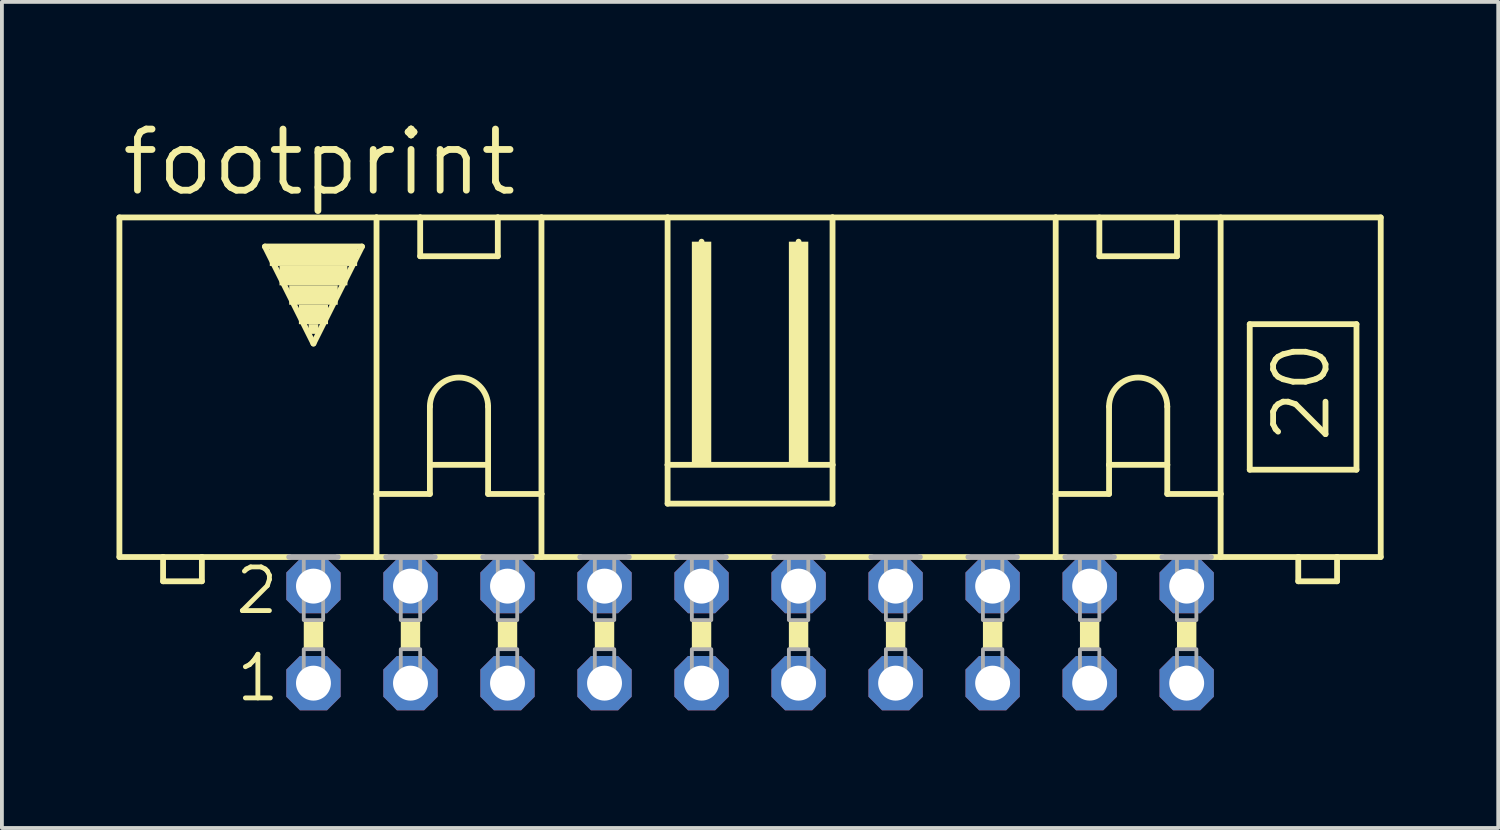
<source format=kicad_pcb>
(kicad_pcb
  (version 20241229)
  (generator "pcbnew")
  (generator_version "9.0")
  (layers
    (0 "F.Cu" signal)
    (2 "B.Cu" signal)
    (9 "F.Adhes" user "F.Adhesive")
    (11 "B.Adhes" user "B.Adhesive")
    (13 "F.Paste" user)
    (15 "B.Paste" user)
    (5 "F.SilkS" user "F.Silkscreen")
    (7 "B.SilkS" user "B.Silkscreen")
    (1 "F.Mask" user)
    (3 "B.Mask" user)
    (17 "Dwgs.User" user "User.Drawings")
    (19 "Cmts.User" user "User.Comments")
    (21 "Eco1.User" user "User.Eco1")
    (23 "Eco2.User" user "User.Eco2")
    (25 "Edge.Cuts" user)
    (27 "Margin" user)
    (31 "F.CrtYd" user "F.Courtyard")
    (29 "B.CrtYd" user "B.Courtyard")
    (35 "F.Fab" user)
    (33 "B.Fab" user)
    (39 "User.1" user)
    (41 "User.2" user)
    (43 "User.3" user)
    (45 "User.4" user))
  (footprint "footprint"
    (layer "F.Cu")
    (at 16.586 13.564)
    (property "Reference" "footprint" (at -16.535 -11.43 0) (layer "F.SilkS") (effects (font (size 1.6 1.6) (thickness 0.178)) (justify left bottom)))
    (fp_line (start -16.51 -2.032) (end -16.51 -10.922) (stroke (width 0.152) (type solid)) (layer "F.SilkS"))
    (fp_line (start -16.51 -2.032) (end -15.367 -2.032) (stroke (width 0.152) (type solid)) (layer "F.SilkS"))
    (fp_line (start -15.367 -2.032) (end -15.367 -1.397) (stroke (width 0.152) (type solid)) (layer "F.SilkS"))
    (fp_line (start -15.367 -2.032) (end -14.351 -2.032) (stroke (width 0.152) (type solid)) (layer "F.SilkS"))
    (fp_line (start -14.351 -2.032) (end -12.065 -2.032) (stroke (width 0.152) (type solid)) (layer "F.SilkS"))
    (fp_line (start -14.351 -1.397) (end -15.367 -1.397) (stroke (width 0.152) (type solid)) (layer "F.SilkS"))
    (fp_line (start -14.351 -1.397) (end -14.351 -2.032) (stroke (width 0.152) (type solid)) (layer "F.SilkS"))
    (fp_line (start -12.7 -10.16) (end -10.16 -10.16) (stroke (width 0.152) (type solid)) (layer "F.SilkS"))
    (fp_line (start -11.43 -7.62) (end -12.7 -10.16) (stroke (width 0.152) (type solid)) (layer "F.SilkS"))
    (fp_line (start -10.795 -2.032) (end -9.779 -2.032) (stroke (width 0.152) (type solid)) (layer "F.SilkS"))
    (fp_line (start -10.16 -10.16) (end -11.43 -7.62) (stroke (width 0.152) (type solid)) (layer "F.SilkS"))
    (fp_line (start -9.779 -10.922) (end -16.51 -10.922) (stroke (width 0.152) (type solid)) (layer "F.SilkS"))
    (fp_line (start -9.779 -10.922) (end -8.636 -10.922) (stroke (width 0.152) (type solid)) (layer "F.SilkS"))
    (fp_line (start -9.779 -3.683) (end -9.779 -10.922) (stroke (width 0.152) (type solid)) (layer "F.SilkS"))
    (fp_line (start -9.779 -3.683) (end -9.779 -2.032) (stroke (width 0.152) (type solid)) (layer "F.SilkS"))
    (fp_line (start -9.779 -3.683) (end -8.382 -3.683) (stroke (width 0.152) (type solid)) (layer "F.SilkS"))
    (fp_line (start -9.779 -2.032) (end -9.525 -2.032) (stroke (width 0.152) (type solid)) (layer "F.SilkS"))
    (fp_line (start -8.636 -10.922) (end -6.604 -10.922) (stroke (width 0.152) (type solid)) (layer "F.SilkS"))
    (fp_line (start -8.636 -9.906) (end -8.636 -10.922) (stroke (width 0.152) (type solid)) (layer "F.SilkS"))
    (fp_line (start -8.636 -9.906) (end -6.604 -9.906) (stroke (width 0.152) (type solid)) (layer "F.SilkS"))
    (fp_line (start -8.382 -5.969) (end -8.382 -4.445) (stroke (width 0.152) (type solid)) (layer "F.SilkS"))
    (fp_line (start -8.382 -4.445) (end -8.382 -3.683) (stroke (width 0.152) (type solid)) (layer "F.SilkS"))
    (fp_line (start -8.382 -4.445) (end -6.858 -4.445) (stroke (width 0.152) (type solid)) (layer "F.SilkS"))
    (fp_line (start -8.255 -2.032) (end -6.985 -2.032) (stroke (width 0.152) (type solid)) (layer "F.SilkS"))
    (fp_line (start -6.858 -5.969) (end -6.858 -4.445) (stroke (width 0.152) (type solid)) (layer "F.SilkS"))
    (fp_line (start -6.858 -4.445) (end -6.858 -3.683) (stroke (width 0.152) (type solid)) (layer "F.SilkS"))
    (fp_line (start -6.858 -3.683) (end -5.461 -3.683) (stroke (width 0.152) (type solid)) (layer "F.SilkS"))
    (fp_line (start -6.604 -10.922) (end -6.604 -9.906) (stroke (width 0.152) (type solid)) (layer "F.SilkS"))
    (fp_line (start -6.604 -10.922) (end -5.461 -10.922) (stroke (width 0.152) (type solid)) (layer "F.SilkS"))
    (fp_line (start -5.461 -10.922) (end -2.159 -10.922) (stroke (width 0.152) (type solid)) (layer "F.SilkS"))
    (fp_line (start -5.461 -3.683) (end -5.461 -10.922) (stroke (width 0.152) (type solid)) (layer "F.SilkS"))
    (fp_line (start -5.461 -3.683) (end -5.461 -2.032) (stroke (width 0.152) (type solid)) (layer "F.SilkS"))
    (fp_line (start -5.461 -2.032) (end -5.715 -2.032) (stroke (width 0.152) (type solid)) (layer "F.SilkS"))
    (fp_line (start -5.461 -2.032) (end -4.445 -2.032) (stroke (width 0.152) (type solid)) (layer "F.SilkS"))
    (fp_line (start -3.175 -2.032) (end -1.905 -2.032) (stroke (width 0.152) (type solid)) (layer "F.SilkS"))
    (fp_line (start -2.159 -10.922) (end -2.159 -4.445) (stroke (width 0.152) (type solid)) (layer "F.SilkS"))
    (fp_line (start -2.159 -10.922) (end 2.159 -10.922) (stroke (width 0.152) (type solid)) (layer "F.SilkS"))
    (fp_line (start -2.159 -4.445) (end -2.159 -3.429) (stroke (width 0.152) (type solid)) (layer "F.SilkS"))
    (fp_line (start -1.27 -10.033) (end -1.27 -10.287) (stroke (width 0.152) (type solid)) (layer "F.SilkS"))
    (fp_line (start -0.635 -2.032) (end 0.635 -2.032) (stroke (width 0.152) (type solid)) (layer "F.SilkS"))
    (fp_line (start 1.27 -10.033) (end 1.27 -10.287) (stroke (width 0.152) (type solid)) (layer "F.SilkS"))
    (fp_line (start 1.905 -2.032) (end 3.175 -2.032) (stroke (width 0.152) (type solid)) (layer "F.SilkS"))
    (fp_line (start 2.159 -10.922) (end 2.159 -4.445) (stroke (width 0.152) (type solid)) (layer "F.SilkS"))
    (fp_line (start 2.159 -10.922) (end 8.001 -10.922) (stroke (width 0.152) (type solid)) (layer "F.SilkS"))
    (fp_line (start 2.159 -4.445) (end -2.159 -4.445) (stroke (width 0.152) (type solid)) (layer "F.SilkS"))
    (fp_line (start 2.159 -4.445) (end 2.159 -3.429) (stroke (width 0.152) (type solid)) (layer "F.SilkS"))
    (fp_line (start 2.159 -3.429) (end -2.159 -3.429) (stroke (width 0.152) (type solid)) (layer "F.SilkS"))
    (fp_line (start 4.445 -2.032) (end 5.715 -2.032) (stroke (width 0.152) (type solid)) (layer "F.SilkS"))
    (fp_line (start 6.985 -2.032) (end 8.001 -2.032) (stroke (width 0.152) (type solid)) (layer "F.SilkS"))
    (fp_line (start 8.001 -10.922) (end 16.51 -10.922) (stroke (width 0.152) (type solid)) (layer "F.SilkS"))
    (fp_line (start 8.001 -3.683) (end 8.001 -10.922) (stroke (width 0.152) (type solid)) (layer "F.SilkS"))
    (fp_line (start 8.001 -3.683) (end 8.001 -2.032) (stroke (width 0.152) (type solid)) (layer "F.SilkS"))
    (fp_line (start 8.001 -3.683) (end 9.398 -3.683) (stroke (width 0.152) (type solid)) (layer "F.SilkS"))
    (fp_line (start 8.001 -2.032) (end 8.255 -2.032) (stroke (width 0.152) (type solid)) (layer "F.SilkS"))
    (fp_line (start 9.144 -9.906) (end 9.144 -10.922) (stroke (width 0.152) (type solid)) (layer "F.SilkS"))
    (fp_line (start 9.144 -9.906) (end 11.176 -9.906) (stroke (width 0.152) (type solid)) (layer "F.SilkS"))
    (fp_line (start 9.398 -5.969) (end 9.398 -4.445) (stroke (width 0.152) (type solid)) (layer "F.SilkS"))
    (fp_line (start 9.398 -4.445) (end 9.398 -3.683) (stroke (width 0.152) (type solid)) (layer "F.SilkS"))
    (fp_line (start 9.398 -4.445) (end 10.922 -4.445) (stroke (width 0.152) (type solid)) (layer "F.SilkS"))
    (fp_line (start 9.525 -2.032) (end 10.795 -2.032) (stroke (width 0.152) (type solid)) (layer "F.SilkS"))
    (fp_line (start 10.922 -5.969) (end 10.922 -4.445) (stroke (width 0.152) (type solid)) (layer "F.SilkS"))
    (fp_line (start 10.922 -4.445) (end 10.922 -3.683) (stroke (width 0.152) (type solid)) (layer "F.SilkS"))
    (fp_line (start 10.922 -3.683) (end 12.319 -3.683) (stroke (width 0.152) (type solid)) (layer "F.SilkS"))
    (fp_line (start 11.176 -10.922) (end 11.176 -9.906) (stroke (width 0.152) (type solid)) (layer "F.SilkS"))
    (fp_line (start 12.319 -3.683) (end 12.319 -10.922) (stroke (width 0.152) (type solid)) (layer "F.SilkS"))
    (fp_line (start 12.319 -3.683) (end 12.319 -2.032) (stroke (width 0.152) (type solid)) (layer "F.SilkS"))
    (fp_line (start 12.319 -2.032) (end 12.065 -2.032) (stroke (width 0.152) (type solid)) (layer "F.SilkS"))
    (fp_line (start 13.081 -8.128) (end 13.081 -4.318) (stroke (width 0.152) (type solid)) (layer "F.SilkS"))
    (fp_line (start 13.081 -8.128) (end 15.875 -8.128) (stroke (width 0.152) (type solid)) (layer "F.SilkS"))
    (fp_line (start 13.081 -4.318) (end 15.875 -4.318) (stroke (width 0.152) (type solid)) (layer "F.SilkS"))
    (fp_line (start 14.351 -2.032) (end 12.319 -2.032) (stroke (width 0.152) (type solid)) (layer "F.SilkS"))
    (fp_line (start 14.351 -2.032) (end 14.351 -1.397) (stroke (width 0.152) (type solid)) (layer "F.SilkS"))
    (fp_line (start 15.367 -2.032) (end 14.351 -2.032) (stroke (width 0.152) (type solid)) (layer "F.SilkS"))
    (fp_line (start 15.367 -1.397) (end 14.351 -1.397) (stroke (width 0.152) (type solid)) (layer "F.SilkS"))
    (fp_line (start 15.367 -1.397) (end 15.367 -2.032) (stroke (width 0.152) (type solid)) (layer "F.SilkS"))
    (fp_line (start 15.875 -4.318) (end 15.875 -8.128) (stroke (width 0.152) (type solid)) (layer "F.SilkS"))
    (fp_line (start 16.51 -2.032) (end 15.367 -2.032) (stroke (width 0.152) (type solid)) (layer "F.SilkS"))
    (fp_line (start 16.51 -2.032) (end 16.51 -10.922) (stroke (width 0.152) (type solid)) (layer "F.SilkS"))
    (fp_arc (start -8.382 -5.969) (mid -7.62 -6.731) (end -6.858 -5.969) (stroke (width 0.1524) (type solid)) (layer "F.SilkS"))
    (fp_arc (start 9.398 -5.969) (mid 10.16 -6.731) (end 10.922 -5.969) (stroke (width 0.1524) (type solid)) (layer "F.SilkS"))
    (fp_poly (pts (xy -12.573 -9.652) (xy -10.287 -9.652) (xy -10.287 -10.16) (xy -12.573 -10.16)) (stroke (width 0) (type solid)) (fill yes) (layer "F.SilkS"))
    (fp_poly (pts (xy -12.319 -9.144) (xy -10.541 -9.144) (xy -10.541 -9.652) (xy -12.319 -9.652)) (stroke (width 0) (type solid)) (fill yes) (layer "F.SilkS"))
    (fp_poly (pts (xy -12.065 -8.636) (xy -10.795 -8.636) (xy -10.795 -9.144) (xy -12.065 -9.144)) (stroke (width 0) (type solid)) (fill yes) (layer "F.SilkS"))
    (fp_poly (pts (xy -11.811 -8.128) (xy -11.049 -8.128) (xy -11.049 -8.636) (xy -11.811 -8.636)) (stroke (width 0) (type solid)) (fill yes) (layer "F.SilkS"))
    (fp_poly (pts (xy -11.684 0.381) (xy -11.176 0.381) (xy -11.176 -0.381) (xy -11.684 -0.381)) (stroke (width 0) (type solid)) (fill yes) (layer "F.SilkS"))
    (fp_poly (pts (xy -11.557 -7.874) (xy -11.303 -7.874) (xy -11.303 -8.128) (xy -11.557 -8.128)) (stroke (width 0) (type solid)) (fill yes) (layer "F.SilkS"))
    (fp_poly (pts (xy -9.144 0.381) (xy -8.636 0.381) (xy -8.636 -0.381) (xy -9.144 -0.381)) (stroke (width 0) (type solid)) (fill yes) (layer "F.SilkS"))
    (fp_poly (pts (xy -6.604 0.381) (xy -6.096 0.381) (xy -6.096 -0.381) (xy -6.604 -0.381)) (stroke (width 0) (type solid)) (fill yes) (layer "F.SilkS"))
    (fp_poly (pts (xy -4.064 0.381) (xy -3.556 0.381) (xy -3.556 -0.381) (xy -4.064 -0.381)) (stroke (width 0) (type solid)) (fill yes) (layer "F.SilkS"))
    (fp_poly (pts (xy -1.524 -4.445) (xy -1.016 -4.445) (xy -1.016 -10.287) (xy -1.524 -10.287)) (stroke (width 0) (type solid)) (fill yes) (layer "F.SilkS"))
    (fp_poly (pts (xy -1.524 0.381) (xy -1.016 0.381) (xy -1.016 -0.381) (xy -1.524 -0.381)) (stroke (width 0) (type solid)) (fill yes) (layer "F.SilkS"))
    (fp_poly (pts (xy 1.016 -4.445) (xy 1.524 -4.445) (xy 1.524 -10.287) (xy 1.016 -10.287)) (stroke (width 0) (type solid)) (fill yes) (layer "F.SilkS"))
    (fp_poly (pts (xy 1.016 0.381) (xy 1.524 0.381) (xy 1.524 -0.381) (xy 1.016 -0.381)) (stroke (width 0) (type solid)) (fill yes) (layer "F.SilkS"))
    (fp_poly (pts (xy 3.556 0.381) (xy 4.064 0.381) (xy 4.064 -0.381) (xy 3.556 -0.381)) (stroke (width 0) (type solid)) (fill yes) (layer "F.SilkS"))
    (fp_poly (pts (xy 6.096 0.381) (xy 6.604 0.381) (xy 6.604 -0.381) (xy 6.096 -0.381)) (stroke (width 0) (type solid)) (fill yes) (layer "F.SilkS"))
    (fp_poly (pts (xy 8.636 0.381) (xy 9.144 0.381) (xy 9.144 -0.381) (xy 8.636 -0.381)) (stroke (width 0) (type solid)) (fill yes) (layer "F.SilkS"))
    (fp_poly (pts (xy 11.176 0.381) (xy 11.684 0.381) (xy 11.684 -0.381) (xy 11.176 -0.381)) (stroke (width 0) (type solid)) (fill yes) (layer "F.SilkS"))
    (fp_line (start -12.065 -2.032) (end -10.795 -2.032) (stroke (width 0.152) (type solid)) (layer "F.Fab"))
    (fp_line (start -9.525 -2.032) (end -8.255 -2.032) (stroke (width 0.152) (type solid)) (layer "F.Fab"))
    (fp_line (start -6.985 -2.032) (end -5.715 -2.032) (stroke (width 0.152) (type solid)) (layer "F.Fab"))
    (fp_line (start -4.445 -2.032) (end -3.175 -2.032) (stroke (width 0.152) (type solid)) (layer "F.Fab"))
    (fp_line (start -0.635 -2.032) (end -1.905 -2.032) (stroke (width 0.152) (type solid)) (layer "F.Fab"))
    (fp_line (start 1.905 -2.032) (end 0.635 -2.032) (stroke (width 0.152) (type solid)) (layer "F.Fab"))
    (fp_line (start 4.445 -2.032) (end 3.175 -2.032) (stroke (width 0.152) (type solid)) (layer "F.Fab"))
    (fp_line (start 6.985 -2.032) (end 5.715 -2.032) (stroke (width 0.152) (type solid)) (layer "F.Fab"))
    (fp_line (start 9.525 -2.032) (end 8.255 -2.032) (stroke (width 0.152) (type solid)) (layer "F.Fab"))
    (fp_line (start 12.065 -2.032) (end 10.795 -2.032) (stroke (width 0.152) (type solid)) (layer "F.Fab"))
    (fp_poly (pts (xy -11.684 -0.381) (xy -11.176 -0.381) (xy -11.176 -2.032) (xy -11.684 -2.032)) (stroke (width 0.1) (type solid)) (fill no) (layer "F.Fab"))
    (fp_poly (pts (xy -11.684 1.524) (xy -11.176 1.524) (xy -11.176 0.381) (xy -11.684 0.381)) (stroke (width 0.1) (type solid)) (fill no) (layer "F.Fab"))
    (fp_poly (pts (xy -9.144 -0.381) (xy -8.636 -0.381) (xy -8.636 -2.032) (xy -9.144 -2.032)) (stroke (width 0.1) (type solid)) (fill no) (layer "F.Fab"))
    (fp_poly (pts (xy -9.144 1.524) (xy -8.636 1.524) (xy -8.636 0.381) (xy -9.144 0.381)) (stroke (width 0.1) (type solid)) (fill no) (layer "F.Fab"))
    (fp_poly (pts (xy -6.604 -0.381) (xy -6.096 -0.381) (xy -6.096 -2.032) (xy -6.604 -2.032)) (stroke (width 0.1) (type solid)) (fill no) (layer "F.Fab"))
    (fp_poly (pts (xy -6.604 1.524) (xy -6.096 1.524) (xy -6.096 0.381) (xy -6.604 0.381)) (stroke (width 0.1) (type solid)) (fill no) (layer "F.Fab"))
    (fp_poly (pts (xy -4.064 -0.381) (xy -3.556 -0.381) (xy -3.556 -2.032) (xy -4.064 -2.032)) (stroke (width 0.1) (type solid)) (fill no) (layer "F.Fab"))
    (fp_poly (pts (xy -4.064 1.524) (xy -3.556 1.524) (xy -3.556 0.381) (xy -4.064 0.381)) (stroke (width 0.1) (type solid)) (fill no) (layer "F.Fab"))
    (fp_poly (pts (xy -1.524 -0.381) (xy -1.016 -0.381) (xy -1.016 -2.032) (xy -1.524 -2.032)) (stroke (width 0.1) (type solid)) (fill no) (layer "F.Fab"))
    (fp_poly (pts (xy -1.524 1.524) (xy -1.016 1.524) (xy -1.016 0.381) (xy -1.524 0.381)) (stroke (width 0.1) (type solid)) (fill no) (layer "F.Fab"))
    (fp_poly (pts (xy 1.016 -0.381) (xy 1.524 -0.381) (xy 1.524 -2.032) (xy 1.016 -2.032)) (stroke (width 0.1) (type solid)) (fill no) (layer "F.Fab"))
    (fp_poly (pts (xy 1.016 1.524) (xy 1.524 1.524) (xy 1.524 0.381) (xy 1.016 0.381)) (stroke (width 0.1) (type solid)) (fill no) (layer "F.Fab"))
    (fp_poly (pts (xy 3.556 -0.381) (xy 4.064 -0.381) (xy 4.064 -2.032) (xy 3.556 -2.032)) (stroke (width 0.1) (type solid)) (fill no) (layer "F.Fab"))
    (fp_poly (pts (xy 3.556 1.524) (xy 4.064 1.524) (xy 4.064 0.381) (xy 3.556 0.381)) (stroke (width 0.1) (type solid)) (fill no) (layer "F.Fab"))
    (fp_poly (pts (xy 6.096 -0.381) (xy 6.604 -0.381) (xy 6.604 -2.032) (xy 6.096 -2.032)) (stroke (width 0.1) (type solid)) (fill no) (layer "F.Fab"))
    (fp_poly (pts (xy 6.096 1.524) (xy 6.604 1.524) (xy 6.604 0.381) (xy 6.096 0.381)) (stroke (width 0.1) (type solid)) (fill no) (layer "F.Fab"))
    (fp_poly (pts (xy 8.636 -0.381) (xy 9.144 -0.381) (xy 9.144 -2.032) (xy 8.636 -2.032)) (stroke (width 0.1) (type solid)) (fill no) (layer "F.Fab"))
    (fp_poly (pts (xy 8.636 1.524) (xy 9.144 1.524) (xy 9.144 0.381) (xy 8.636 0.381)) (stroke (width 0.1) (type solid)) (fill no) (layer "F.Fab"))
    (fp_poly (pts (xy 11.176 -0.381) (xy 11.684 -0.381) (xy 11.684 -2.032) (xy 11.176 -2.032)) (stroke (width 0.1) (type solid)) (fill no) (layer "F.Fab"))
    (fp_poly (pts (xy 11.176 1.524) (xy 11.684 1.524) (xy 11.684 0.381) (xy 11.176 0.381)) (stroke (width 0.1) (type solid)) (fill no) (layer "F.Fab"))
    (fp_text user "20" (at 15.24 -4.953 90) (layer "F.SilkS") (effects (font (size 1.372 1.372) (thickness 0.152)) (justify left bottom)))
    (fp_text user "2" (at -13.538 -0.483 0) (layer "F.SilkS") (effects (font (size 1.143 1.143) (thickness 0.127)) (justify left bottom)))
    (fp_text user "1" (at -13.513 1.803 0) (layer "F.SilkS") (effects (font (size 1.143 1.143) (thickness 0.127)) (justify left bottom)))
    (pad "1" thru_hole roundrect (at -11.43 1.27) (size 1.422 1.422) (drill 0.914) (layers "*.Cu" "*.Mask") (roundrect_rratio 0.25) (chamfer_ratio 0.25) (chamfer top_left top_right bottom_left bottom_right))
    (pad "2" thru_hole roundrect (at -11.43 -1.27) (size 1.422 1.422) (drill 0.914) (layers "*.Cu" "*.Mask") (roundrect_rratio 0.25) (chamfer_ratio 0.25) (chamfer top_left top_right bottom_left bottom_right))
    (pad "3" thru_hole roundrect (at -8.89 1.27) (size 1.422 1.422) (drill 0.914) (layers "*.Cu" "*.Mask") (roundrect_rratio 0.25) (chamfer_ratio 0.25) (chamfer top_left top_right bottom_left bottom_right))
    (pad "4" thru_hole roundrect (at -8.89 -1.27) (size 1.422 1.422) (drill 0.914) (layers "*.Cu" "*.Mask") (roundrect_rratio 0.25) (chamfer_ratio 0.25) (chamfer top_left top_right bottom_left bottom_right))
    (pad "5" thru_hole roundrect (at -6.35 1.27) (size 1.422 1.422) (drill 0.914) (layers "*.Cu" "*.Mask") (roundrect_rratio 0.25) (chamfer_ratio 0.25) (chamfer top_left top_right bottom_left bottom_right))
    (pad "6" thru_hole roundrect (at -6.35 -1.27) (size 1.422 1.422) (drill 0.914) (layers "*.Cu" "*.Mask") (roundrect_rratio 0.25) (chamfer_ratio 0.25) (chamfer top_left top_right bottom_left bottom_right))
    (pad "7" thru_hole roundrect (at -3.81 1.27) (size 1.422 1.422) (drill 0.914) (layers "*.Cu" "*.Mask") (roundrect_rratio 0.25) (chamfer_ratio 0.25) (chamfer top_left top_right bottom_left bottom_right))
    (pad "8" thru_hole roundrect (at -3.81 -1.27) (size 1.422 1.422) (drill 0.914) (layers "*.Cu" "*.Mask") (roundrect_rratio 0.25) (chamfer_ratio 0.25) (chamfer top_left top_right bottom_left bottom_right))
    (pad "9" thru_hole roundrect (at -1.27 1.27) (size 1.422 1.422) (drill 0.914) (layers "*.Cu" "*.Mask") (roundrect_rratio 0.25) (chamfer_ratio 0.25) (chamfer top_left top_right bottom_left bottom_right))
    (pad "10" thru_hole roundrect (at -1.27 -1.27) (size 1.422 1.422) (drill 0.914) (layers "*.Cu" "*.Mask") (roundrect_rratio 0.25) (chamfer_ratio 0.25) (chamfer top_left top_right bottom_left bottom_right))
    (pad "11" thru_hole roundrect (at 1.27 1.27) (size 1.422 1.422) (drill 0.914) (layers "*.Cu" "*.Mask") (roundrect_rratio 0.25) (chamfer_ratio 0.25) (chamfer top_left top_right bottom_left bottom_right))
    (pad "12" thru_hole roundrect (at 1.27 -1.27) (size 1.422 1.422) (drill 0.914) (layers "*.Cu" "*.Mask") (roundrect_rratio 0.25) (chamfer_ratio 0.25) (chamfer top_left top_right bottom_left bottom_right))
    (pad "13" thru_hole roundrect (at 3.81 1.27) (size 1.422 1.422) (drill 0.914) (layers "*.Cu" "*.Mask") (roundrect_rratio 0.25) (chamfer_ratio 0.25) (chamfer top_left top_right bottom_left bottom_right))
    (pad "14" thru_hole roundrect (at 3.81 -1.27) (size 1.422 1.422) (drill 0.914) (layers "*.Cu" "*.Mask") (roundrect_rratio 0.25) (chamfer_ratio 0.25) (chamfer top_left top_right bottom_left bottom_right))
    (pad "15" thru_hole roundrect (at 6.35 1.27) (size 1.422 1.422) (drill 0.914) (layers "*.Cu" "*.Mask") (roundrect_rratio 0.25) (chamfer_ratio 0.25) (chamfer top_left top_right bottom_left bottom_right))
    (pad "16" thru_hole roundrect (at 6.35 -1.27) (size 1.422 1.422) (drill 0.914) (layers "*.Cu" "*.Mask") (roundrect_rratio 0.25) (chamfer_ratio 0.25) (chamfer top_left top_right bottom_left bottom_right))
    (pad "17" thru_hole roundrect (at 8.89 1.27) (size 1.422 1.422) (drill 0.914) (layers "*.Cu" "*.Mask") (roundrect_rratio 0.25) (chamfer_ratio 0.25) (chamfer top_left top_right bottom_left bottom_right))
    (pad "18" thru_hole roundrect (at 8.89 -1.27) (size 1.422 1.422) (drill 0.914) (layers "*.Cu" "*.Mask") (roundrect_rratio 0.25) (chamfer_ratio 0.25) (chamfer top_left top_right bottom_left bottom_right))
    (pad "19" thru_hole roundrect (at 11.43 1.27) (size 1.422 1.422) (drill 0.914) (layers "*.Cu" "*.Mask") (roundrect_rratio 0.25) (chamfer_ratio 0.25) (chamfer top_left top_right bottom_left bottom_right))
    (pad "20" thru_hole roundrect (at 11.43 -1.27) (size 1.422 1.422) (drill 0.914) (layers "*.Cu" "*.Mask") (roundrect_rratio 0.25) (chamfer_ratio 0.25) (chamfer top_left top_right bottom_left bottom_right)))
  (gr_rect
    (start -3 -3)
    (end 36.172 18.626)
    (stroke (width 0.1) (type default))
    (fill no)
    (layer "Edge.Cuts")))
</source>
